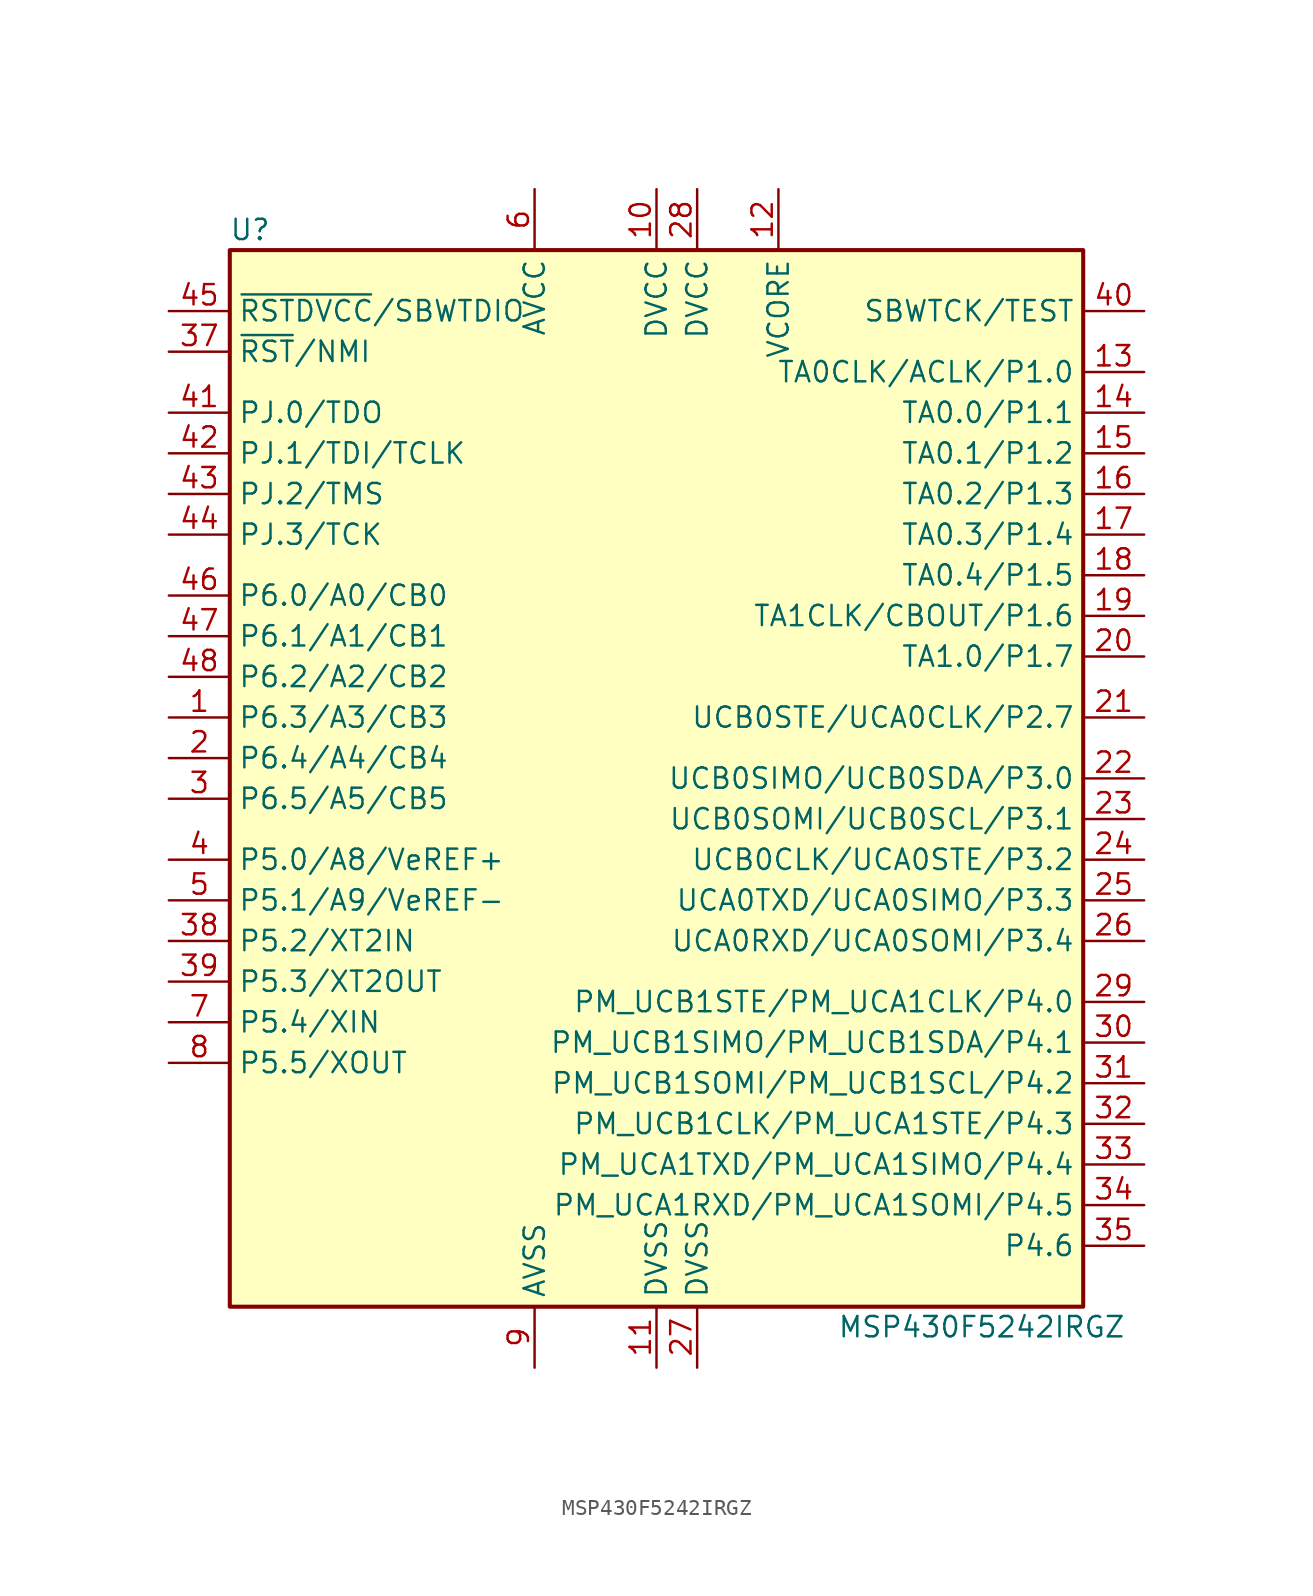
<source format=kicad_sym>
(kicad_symbol_lib
  (version 20231120)
  (generator "kicad_symbol_editor")
  (generator_version "8.0")
  (symbol "MSP430F5242IRGZ"
    (property "Reference" "U"
      (at -25.4 35.56 0)
      (effects (font (size 1.27 1.27))))
    (property "Value" "MSP430F5242IRGZ"
      (at 20.32 -33.02 0)
      (effects (font (size 1.27 1.27))))
    (symbol "MSP430F5242IRGZ_0_1"
      (rectangle (start -26.67 34.29) (end 26.67 -31.75) (stroke (width 0.254) (type default)) (fill (type background))))
    (symbol "MSP430F5242IRGZ_1_1"
      (pin bidirectional line (at -30.48 5.08 0) (length 3.81) (name "P6.3/A3/CB3" (effects (font (size 1.27 1.27)))) (number "1" (effects (font (size 1.27 1.27)))))
      (pin power_in line (at 0 38.1 270) (length 3.81) (name "DVCC" (effects (font (size 1.27 1.27)))) (number "10" (effects (font (size 1.27 1.27)))))
      (pin power_in line (at 0 -35.56 90) (length 3.81) (name "DVSS" (effects (font (size 1.27 1.27)))) (number "11" (effects (font (size 1.27 1.27)))))
      (pin passive line (at 7.62 38.1 270) (length 3.81) (name "VCORE" (effects (font (size 1.27 1.27)))) (number "12" (effects (font (size 1.27 1.27)))))
      (pin bidirectional line (at 30.48 26.67 180) (length 3.81) (name "TA0CLK/ACLK/P1.0" (effects (font (size 1.27 1.27)))) (number "13" (effects (font (size 1.27 1.27)))))
      (pin bidirectional line (at 30.48 24.13 180) (length 3.81) (name "TA0.0/P1.1" (effects (font (size 1.27 1.27)))) (number "14" (effects (font (size 1.27 1.27)))))
      (pin bidirectional line (at 30.48 21.59 180) (length 3.81) (name "TA0.1/P1.2" (effects (font (size 1.27 1.27)))) (number "15" (effects (font (size 1.27 1.27)))))
      (pin bidirectional line (at 30.48 19.05 180) (length 3.81) (name "TA0.2/P1.3" (effects (font (size 1.27 1.27)))) (number "16" (effects (font (size 1.27 1.27)))))
      (pin bidirectional line (at 30.48 16.51 180) (length 3.81) (name "TA0.3/P1.4" (effects (font (size 1.27 1.27)))) (number "17" (effects (font (size 1.27 1.27)))))
      (pin bidirectional line (at 30.48 13.97 180) (length 3.81) (name "TA0.4/P1.5" (effects (font (size 1.27 1.27)))) (number "18" (effects (font (size 1.27 1.27)))))
      (pin bidirectional line (at 30.48 11.43 180) (length 3.81) (name "TA1CLK/CBOUT/P1.6" (effects (font (size 1.27 1.27)))) (number "19" (effects (font (size 1.27 1.27)))))
      (pin bidirectional line (at -30.48 2.54 0) (length 3.81) (name "P6.4/A4/CB4" (effects (font (size 1.27 1.27)))) (number "2" (effects (font (size 1.27 1.27)))))
      (pin bidirectional line (at 30.48 8.89 180) (length 3.81) (name "TA1.0/P1.7" (effects (font (size 1.27 1.27)))) (number "20" (effects (font (size 1.27 1.27)))))
      (pin bidirectional line (at 30.48 5.08 180) (length 3.81) (name "UCB0STE/UCA0CLK/P2.7" (effects (font (size 1.27 1.27)))) (number "21" (effects (font (size 1.27 1.27)))))
      (pin bidirectional line (at 30.48 1.27 180) (length 3.81) (name "UCB0SIMO/UCB0SDA/P3.0" (effects (font (size 1.27 1.27)))) (number "22" (effects (font (size 1.27 1.27)))))
      (pin bidirectional line (at 30.48 -1.27 180) (length 3.81) (name "UCB0SOMI/UCB0SCL/P3.1" (effects (font (size 1.27 1.27)))) (number "23" (effects (font (size 1.27 1.27)))))
      (pin bidirectional line (at 30.48 -3.81 180) (length 3.81) (name "UCB0CLK/UCA0STE/P3.2" (effects (font (size 1.27 1.27)))) (number "24" (effects (font (size 1.27 1.27)))))
      (pin bidirectional line (at 30.48 -6.35 180) (length 3.81) (name "UCA0TXD/UCA0SIMO/P3.3" (effects (font (size 1.27 1.27)))) (number "25" (effects (font (size 1.27 1.27)))))
      (pin bidirectional line (at 30.48 -8.89 180) (length 3.81) (name "UCA0RXD/UCA0SOMI/P3.4" (effects (font (size 1.27 1.27)))) (number "26" (effects (font (size 1.27 1.27)))))
      (pin power_in line (at 2.54 -35.56 90) (length 3.81) (name "DVSS" (effects (font (size 1.27 1.27)))) (number "27" (effects (font (size 1.27 1.27)))))
      (pin power_in line (at 2.54 38.1 270) (length 3.81) (name "DVCC" (effects (font (size 1.27 1.27)))) (number "28" (effects (font (size 1.27 1.27)))))
      (pin bidirectional line (at 30.48 -12.7 180) (length 3.81) (name "PM_UCB1STE/PM_UCA1CLK/P4.0" (effects (font (size 1.27 1.27)))) (number "29" (effects (font (size 1.27 1.27)))))
      (pin bidirectional line (at -30.48 0 0) (length 3.81) (name "P6.5/A5/CB5" (effects (font (size 1.27 1.27)))) (number "3" (effects (font (size 1.27 1.27)))))
      (pin bidirectional line (at 30.48 -15.24 180) (length 3.81) (name "PM_UCB1SIMO/PM_UCB1SDA/P4.1" (effects (font (size 1.27 1.27)))) (number "30" (effects (font (size 1.27 1.27)))))
      (pin bidirectional line (at 30.48 -17.78 180) (length 3.81) (name "PM_UCB1SOMI/PM_UCB1SCL/P4.2" (effects (font (size 1.27 1.27)))) (number "31" (effects (font (size 1.27 1.27)))))
      (pin bidirectional line (at 30.48 -20.32 180) (length 3.81) (name "PM_UCB1CLK/PM_UCA1STE/P4.3" (effects (font (size 1.27 1.27)))) (number "32" (effects (font (size 1.27 1.27)))))
      (pin bidirectional line (at 30.48 -22.86 180) (length 3.81) (name "PM_UCA1TXD/PM_UCA1SIMO/P4.4" (effects (font (size 1.27 1.27)))) (number "33" (effects (font (size 1.27 1.27)))))
      (pin bidirectional line (at 30.48 -25.4 180) (length 3.81) (name "PM_UCA1RXD/PM_UCA1SOMI/P4.5" (effects (font (size 1.27 1.27)))) (number "34" (effects (font (size 1.27 1.27)))))
      (pin bidirectional line (at 30.48 -27.94 180) (length 3.81) (name "P4.6" (effects (font (size 1.27 1.27)))) (number "35" (effects (font (size 1.27 1.27)))))
      (pin input line (at -30.48 27.94 0) (length 3.81) (name "~{RST}/NMI" (effects (font (size 1.27 1.27)))) (number "37" (effects (font (size 1.27 1.27)))))
      (pin bidirectional line (at -30.48 -8.89 0) (length 3.81) (name "P5.2/XT2IN" (effects (font (size 1.27 1.27)))) (number "38" (effects (font (size 1.27 1.27)))))
      (pin bidirectional line (at -30.48 -11.43 0) (length 3.81) (name "P5.3/XT2OUT" (effects (font (size 1.27 1.27)))) (number "39" (effects (font (size 1.27 1.27)))))
      (pin bidirectional line (at -30.48 -3.81 0) (length 3.81) (name "P5.0/A8/VeREF+" (effects (font (size 1.27 1.27)))) (number "4" (effects (font (size 1.27 1.27)))))
      (pin input line (at 30.48 30.48 180) (length 3.81) (name "SBWTCK/TEST" (effects (font (size 1.27 1.27)))) (number "40" (effects (font (size 1.27 1.27)))))
      (pin bidirectional line (at -30.48 24.13 0) (length 3.81) (name "PJ.0/TDO" (effects (font (size 1.27 1.27)))) (number "41" (effects (font (size 1.27 1.27)))))
      (pin bidirectional line (at -30.48 21.59 0) (length 3.81) (name "PJ.1/TDI/TCLK" (effects (font (size 1.27 1.27)))) (number "42" (effects (font (size 1.27 1.27)))))
      (pin bidirectional line (at -30.48 19.05 0) (length 3.81) (name "PJ.2/TMS" (effects (font (size 1.27 1.27)))) (number "43" (effects (font (size 1.27 1.27)))))
      (pin bidirectional line (at -30.48 16.51 0) (length 3.81) (name "PJ.3/TCK" (effects (font (size 1.27 1.27)))) (number "44" (effects (font (size 1.27 1.27)))))
      (pin bidirectional line (at -30.48 30.48 0) (length 3.81) (name "~{RSTDVCC}/SBWTDIO" (effects (font (size 1.27 1.27)))) (number "45" (effects (font (size 1.27 1.27)))))
      (pin bidirectional line (at -30.48 12.7 0) (length 3.81) (name "P6.0/A0/CB0" (effects (font (size 1.27 1.27)))) (number "46" (effects (font (size 1.27 1.27)))))
      (pin bidirectional line (at -30.48 10.16 0) (length 3.81) (name "P6.1/A1/CB1" (effects (font (size 1.27 1.27)))) (number "47" (effects (font (size 1.27 1.27)))))
      (pin bidirectional line (at -30.48 7.62 0) (length 3.81) (name "P6.2/A2/CB2" (effects (font (size 1.27 1.27)))) (number "48" (effects (font (size 1.27 1.27)))))
      (pin bidirectional line (at -30.48 -6.35 0) (length 3.81) (name "P5.1/A9/VeREF-" (effects (font (size 1.27 1.27)))) (number "5" (effects (font (size 1.27 1.27)))))
      (pin power_in line (at -7.62 38.1 270) (length 3.81) (name "AVCC" (effects (font (size 1.27 1.27)))) (number "6" (effects (font (size 1.27 1.27)))))
      (pin bidirectional line (at -30.48 -13.97 0) (length 3.81) (name "P5.4/XIN" (effects (font (size 1.27 1.27)))) (number "7" (effects (font (size 1.27 1.27)))))
      (pin bidirectional line (at -30.48 -16.51 0) (length 3.81) (name "P5.5/XOUT" (effects (font (size 1.27 1.27)))) (number "8" (effects (font (size 1.27 1.27)))))
      (pin power_in line (at -7.62 -35.56 90) (length 3.81) (name "AVSS" (effects (font (size 1.27 1.27)))) (number "9" (effects (font (size 1.27 1.27))))))))
</source>
